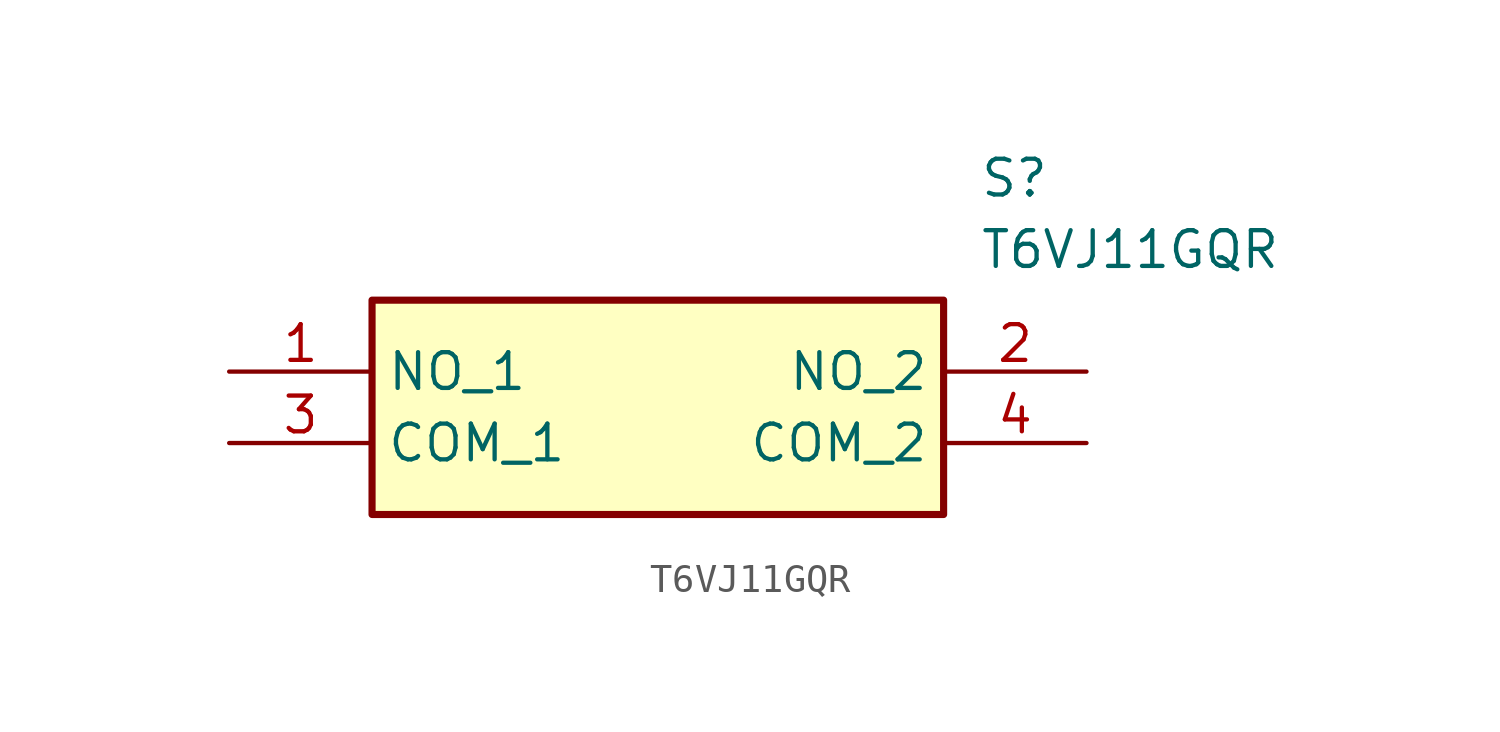
<source format=kicad_sym>
(kicad_symbol_lib
  (version 20211014)
  (generator SamacSys_ECAD_Model)
  (symbol "T6VJ11GQR"
    (property "Reference" "S"
      (at 26.67 7.62 0)
      (effects (font (size 1.27 1.27)) (justify left top)))
    (property "Value" "T6VJ11GQR"
      (at 26.67 5.08 0)
      (effects (font (size 1.27 1.27)) (justify left top)))
    (rectangle
      (start 5.08 2.54)
      (end 25.4 -5.08)
      (stroke (width 0.254) (type default))
      (fill (type background)))
    (pin passive line
      (at 0 0 0)
      (length 5.08)
      (name "NO_1" (effects (font (size 1.27 1.27))))
      (number "1" (effects (font (size 1.27 1.27)))))
    (pin passive line
      (at 30.48 0 180)
      (length 5.08)
      (name "NO_2" (effects (font (size 1.27 1.27))))
      (number "2" (effects (font (size 1.27 1.27)))))
    (pin passive line
      (at 0 -2.54 0)
      (length 5.08)
      (name "COM_1" (effects (font (size 1.27 1.27))))
      (number "3" (effects (font (size 1.27 1.27)))))
    (pin passive line
      (at 30.48 -2.54 180)
      (length 5.08)
      (name "COM_2" (effects (font (size 1.27 1.27))))
      (number "4" (effects (font (size 1.27 1.27)))))))
</source>
